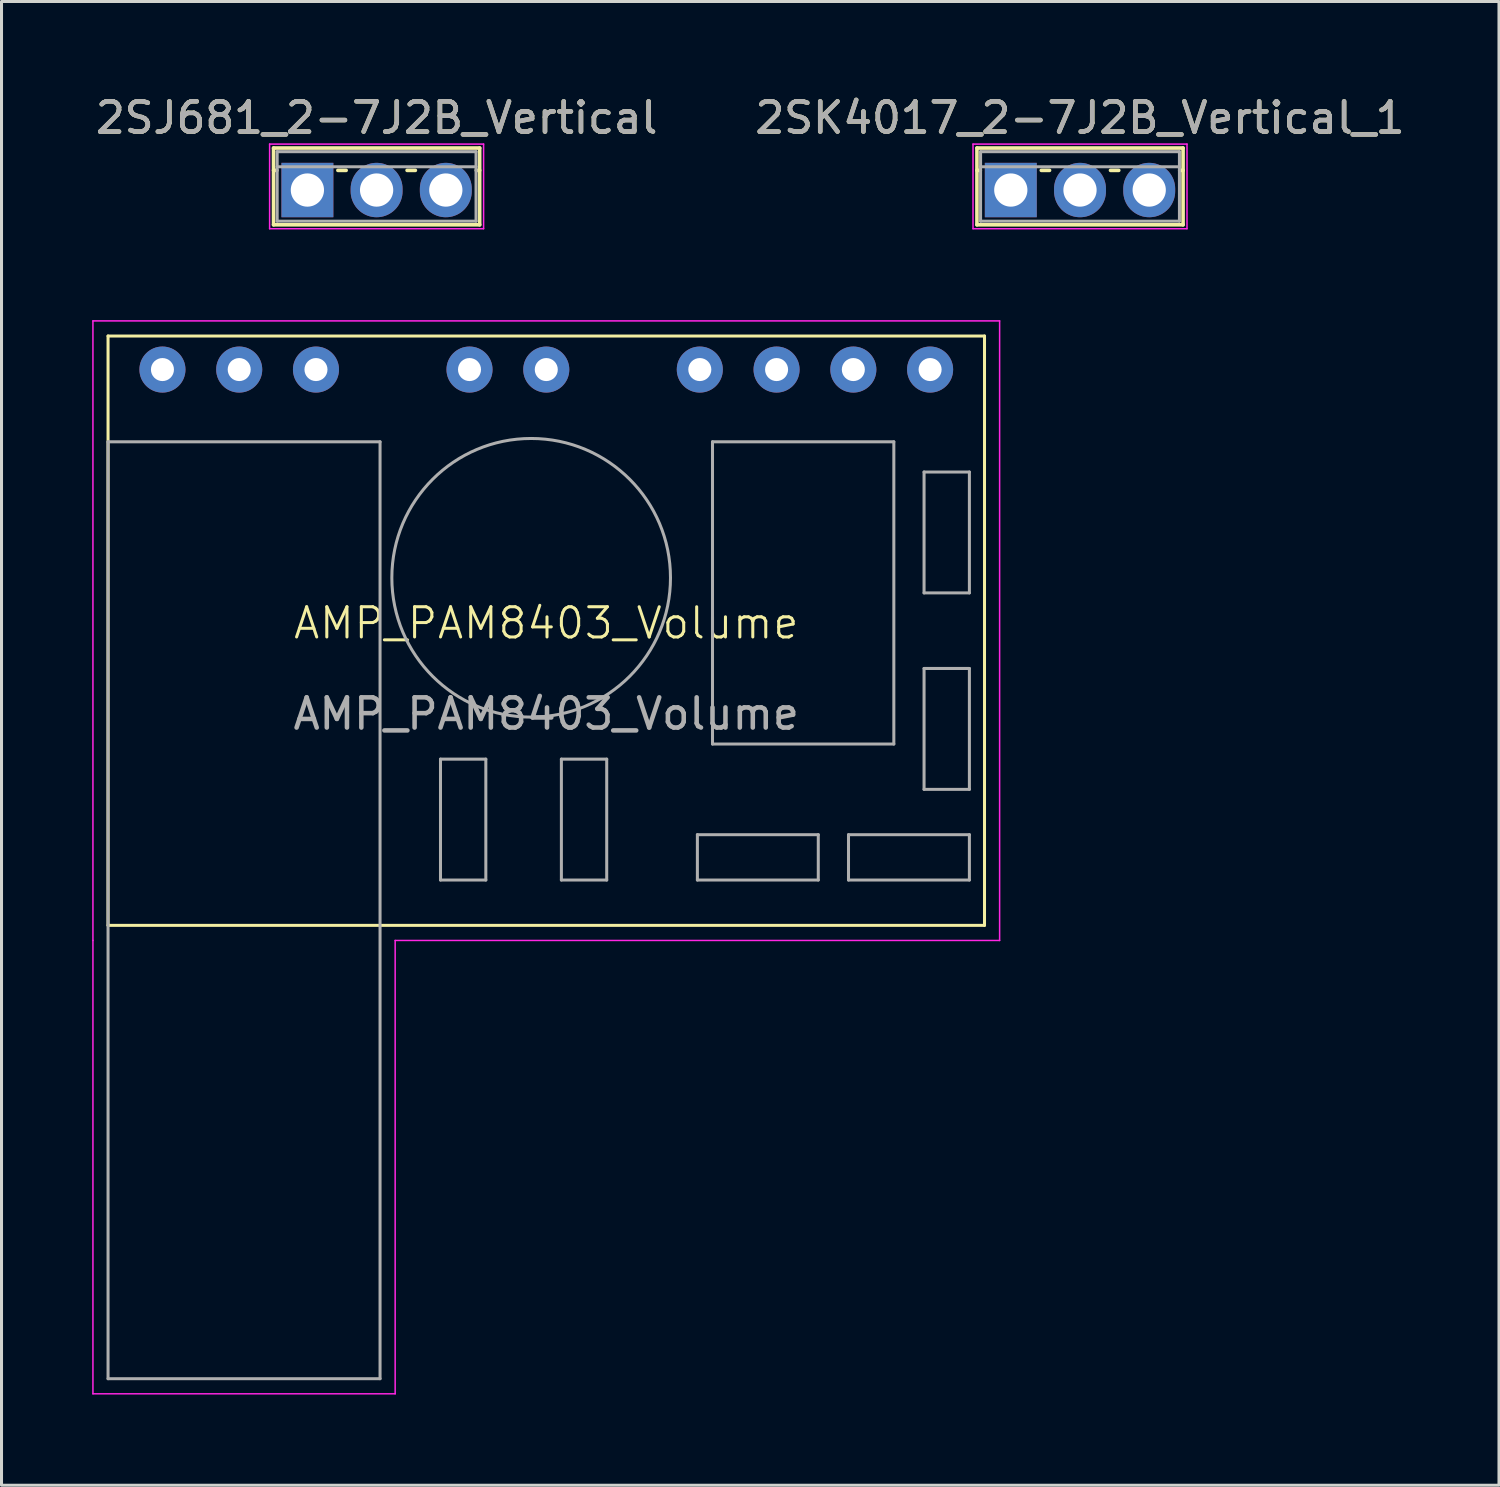
<source format=kicad_pcb>
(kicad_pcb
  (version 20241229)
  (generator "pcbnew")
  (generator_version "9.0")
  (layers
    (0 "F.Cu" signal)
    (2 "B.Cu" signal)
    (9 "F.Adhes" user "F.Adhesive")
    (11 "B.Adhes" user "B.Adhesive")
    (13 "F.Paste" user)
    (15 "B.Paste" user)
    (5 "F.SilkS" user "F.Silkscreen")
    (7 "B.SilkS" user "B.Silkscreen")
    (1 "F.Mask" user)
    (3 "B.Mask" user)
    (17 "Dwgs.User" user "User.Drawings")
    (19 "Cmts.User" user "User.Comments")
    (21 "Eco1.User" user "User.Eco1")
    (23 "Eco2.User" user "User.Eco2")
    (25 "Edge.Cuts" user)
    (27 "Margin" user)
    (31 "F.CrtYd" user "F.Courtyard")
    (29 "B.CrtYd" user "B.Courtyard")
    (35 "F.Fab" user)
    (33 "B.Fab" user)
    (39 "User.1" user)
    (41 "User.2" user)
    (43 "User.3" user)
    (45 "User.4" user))
  (footprint "2SJ681_2-7J2B_Vertical"
    (layer "F.Cu")
    (at 7.121 3.238)
    (property "Reference" "2SJ681_2-7J2B_Vertical" (at 2.29 -2.39 0) (layer "F.SilkS") (effects (font (size 1 1) (thickness 0.15))))
    (attr through_hole)
    (fp_line (start -1.12 -1.39) (end -1.12 1.15) (stroke (width 0.12) (type solid)) (layer "F.SilkS"))
    (fp_line (start -1.12 -1.39) (end 5.7 -1.39) (stroke (width 0.12) (type solid)) (layer "F.SilkS"))
    (fp_line (start -1.12 -0.651) (end -1.009 -0.651) (stroke (width 0.12) (type solid)) (layer "F.SilkS"))
    (fp_line (start -1.12 1.15) (end 5.7 1.15) (stroke (width 0.12) (type solid)) (layer "F.SilkS"))
    (fp_line (start 1.009 -0.651) (end 1.282 -0.651) (stroke (width 0.12) (type solid)) (layer "F.SilkS"))
    (fp_line (start 3.299 -0.651) (end 3.572 -0.651) (stroke (width 0.12) (type solid)) (layer "F.SilkS"))
    (fp_line (start 5.589 -0.651) (end 5.7 -0.651) (stroke (width 0.12) (type solid)) (layer "F.SilkS"))
    (fp_line (start 5.7 -1.39) (end 5.7 1.15) (stroke (width 0.12) (type solid)) (layer "F.SilkS"))
    (fp_line (start -1.25 -1.52) (end -1.25 1.28) (stroke (width 0.05) (type solid)) (layer "F.CrtYd"))
    (fp_line (start -1.25 1.28) (end 5.83 1.28) (stroke (width 0.05) (type solid)) (layer "F.CrtYd"))
    (fp_line (start 5.83 -1.52) (end -1.25 -1.52) (stroke (width 0.05) (type solid)) (layer "F.CrtYd"))
    (fp_line (start 5.83 1.28) (end 5.83 -1.52) (stroke (width 0.05) (type solid)) (layer "F.CrtYd"))
    (fp_line (start -1 -1.27) (end -1 1.03) (stroke (width 0.1) (type solid)) (layer "F.Fab"))
    (fp_line (start -1 -0.77) (end 5.58 -0.77) (stroke (width 0.1) (type solid)) (layer "F.Fab"))
    (fp_line (start -1 1.03) (end 5.58 1.03) (stroke (width 0.1) (type solid)) (layer "F.Fab"))
    (fp_line (start 5.58 -1.27) (end -1 -1.27) (stroke (width 0.1) (type solid)) (layer "F.Fab"))
    (fp_line (start 5.58 1.03) (end 5.58 -1.27) (stroke (width 0.1) (type solid)) (layer "F.Fab"))
    (fp_text user "${REFERENCE}" (at 2.29 -2.39 0) (layer "F.Fab") (effects (font (size 1 1) (thickness 0.15))))
    (pad "1" thru_hole rect (at 0 0) (size 1.718 1.8) (drill 1.1) (layers "*.Cu" "*.Mask"))
    (pad "2" thru_hole oval (at 2.29 0) (size 1.718 1.8) (drill 1.1) (layers "*.Cu" "*.Mask"))
    (pad "3" thru_hole oval (at 4.58 0) (size 1.718 1.8) (drill 1.1) (layers "*.Cu" "*.Mask")))
  (footprint "AMP_PAM8403_Volume"
    (layer "F.Cu")
    (at 15.025 18.068)
    (property "Reference" "AMP_PAM8403_Volume" (at 0 -0.5 0) (unlocked yes) (layer "F.SilkS") (effects (font (size 1 1) (thickness 0.1))))
    (attr through_hole)
    (fp_line (start -14.5 -10) (end 14.5 -10) (stroke (width 0.1) (type default)) (layer "F.SilkS"))
    (fp_line (start -14.5 9.5) (end -14.5 -10) (stroke (width 0.1) (type default)) (layer "F.SilkS"))
    (fp_line (start 14.5 -10) (end 14.5 9.5) (stroke (width 0.1) (type default)) (layer "F.SilkS"))
    (fp_line (start 14.5 9.5) (end -14.5 9.5) (stroke (width 0.1) (type default)) (layer "F.SilkS"))
    (fp_line (start -15 -10.5) (end 15 -10.5) (stroke (width 0.05) (type default)) (layer "F.CrtYd"))
    (fp_line (start -15 10) (end -15 -10.5) (stroke (width 0.05) (type default)) (layer "F.CrtYd"))
    (fp_line (start -15 25) (end -15 10) (stroke (width 0.05) (type default)) (layer "F.CrtYd"))
    (fp_line (start -5 10) (end -5 25) (stroke (width 0.05) (type default)) (layer "F.CrtYd"))
    (fp_line (start -5 25) (end -15 25) (stroke (width 0.05) (type default)) (layer "F.CrtYd"))
    (fp_line (start 15 -10.5) (end 15 10) (stroke (width 0.05) (type default)) (layer "F.CrtYd"))
    (fp_line (start 15 10) (end -5 10) (stroke (width 0.05) (type default)) (layer "F.CrtYd"))
    (fp_line (start -14.5 -6.5) (end -5.5 -6.5) (stroke (width 0.1) (type default)) (layer "F.Fab"))
    (fp_line (start -14.5 24.5) (end -14.5 -6.5) (stroke (width 0.1) (type default)) (layer "F.Fab"))
    (fp_line (start -5.5 -6.5) (end -5.5 24.5) (stroke (width 0.1) (type default)) (layer "F.Fab"))
    (fp_line (start -5.5 24.5) (end -14.5 24.5) (stroke (width 0.1) (type default)) (layer "F.Fab"))
    (fp_line (start -3.5 4) (end -2 4) (stroke (width 0.1) (type default)) (layer "F.Fab"))
    (fp_line (start -3.5 8) (end -3.5 4) (stroke (width 0.1) (type default)) (layer "F.Fab"))
    (fp_line (start -2 4) (end -2 8) (stroke (width 0.1) (type default)) (layer "F.Fab"))
    (fp_line (start -2 8) (end -3.5 8) (stroke (width 0.1) (type default)) (layer "F.Fab"))
    (fp_line (start 0.5 4) (end 2 4) (stroke (width 0.1) (type default)) (layer "F.Fab"))
    (fp_line (start 0.5 8) (end 0.5 4) (stroke (width 0.1) (type default)) (layer "F.Fab"))
    (fp_line (start 2 4) (end 2 8) (stroke (width 0.1) (type default)) (layer "F.Fab"))
    (fp_line (start 2 8) (end 0.5 8) (stroke (width 0.1) (type default)) (layer "F.Fab"))
    (fp_line (start 5 6.5) (end 9 6.5) (stroke (width 0.1) (type default)) (layer "F.Fab"))
    (fp_line (start 5 8) (end 5 6.5) (stroke (width 0.1) (type default)) (layer "F.Fab"))
    (fp_line (start 5.5 -6.5) (end 11.5 -6.5) (stroke (width 0.1) (type default)) (layer "F.Fab"))
    (fp_line (start 5.5 3.5) (end 5.5 -6.5) (stroke (width 0.1) (type default)) (layer "F.Fab"))
    (fp_line (start 9 6.5) (end 9 8) (stroke (width 0.1) (type default)) (layer "F.Fab"))
    (fp_line (start 9 8) (end 5 8) (stroke (width 0.1) (type default)) (layer "F.Fab"))
    (fp_line (start 10 6.5) (end 14 6.5) (stroke (width 0.1) (type default)) (layer "F.Fab"))
    (fp_line (start 10 8) (end 10 6.5) (stroke (width 0.1) (type default)) (layer "F.Fab"))
    (fp_line (start 11.5 -6.5) (end 11.5 3.5) (stroke (width 0.1) (type default)) (layer "F.Fab"))
    (fp_line (start 11.5 3.5) (end 5.5 3.5) (stroke (width 0.1) (type default)) (layer "F.Fab"))
    (fp_line (start 12.5 -5.5) (end 14 -5.5) (stroke (width 0.1) (type default)) (layer "F.Fab"))
    (fp_line (start 12.5 -1.5) (end 12.5 -5.5) (stroke (width 0.1) (type default)) (layer "F.Fab"))
    (fp_line (start 12.5 1) (end 14 1) (stroke (width 0.1) (type default)) (layer "F.Fab"))
    (fp_line (start 12.5 5) (end 12.5 1) (stroke (width 0.1) (type default)) (layer "F.Fab"))
    (fp_line (start 14 -5.5) (end 14 -1.5) (stroke (width 0.1) (type default)) (layer "F.Fab"))
    (fp_line (start 14 -1.5) (end 12.5 -1.5) (stroke (width 0.1) (type default)) (layer "F.Fab"))
    (fp_line (start 14 1) (end 14 5) (stroke (width 0.1) (type default)) (layer "F.Fab"))
    (fp_line (start 14 5) (end 12.5 5) (stroke (width 0.1) (type default)) (layer "F.Fab"))
    (fp_line (start 14 6.5) (end 14 8) (stroke (width 0.1) (type default)) (layer "F.Fab"))
    (fp_line (start 14 8) (end 10 8) (stroke (width 0.1) (type default)) (layer "F.Fab"))
    (fp_circle (center -0.5 -2) (end 3 -5) (stroke (width 0.1) (type default)) (fill no) (layer "F.Fab"))
    (fp_text user "${REFERENCE}" (at 0 2.5 0) (unlocked yes) (layer "F.Fab") (effects (font (size 1 1) (thickness 0.15))))
    (pad "1" thru_hole circle (at -12.7 -8.89) (size 1.524 1.524) (drill 0.762) (layers "*.Cu" "*.Mask"))
    (pad "2" thru_hole circle (at -10.16 -8.89) (size 1.524 1.524) (drill 0.762) (layers "*.Cu" "*.Mask"))
    (pad "3" thru_hole circle (at -7.62 -8.89) (size 1.524 1.524) (drill 0.762) (layers "*.Cu" "*.Mask"))
    (pad "4" thru_hole circle (at -2.54 -8.89) (size 1.524 1.524) (drill 0.762) (layers "*.Cu" "*.Mask"))
    (pad "5" thru_hole circle (at 0 -8.89) (size 1.524 1.524) (drill 0.762) (layers "*.Cu" "*.Mask"))
    (pad "6" thru_hole circle (at 5.08 -8.89) (size 1.524 1.524) (drill 0.762) (layers "*.Cu" "*.Mask"))
    (pad "7" thru_hole circle (at 7.62 -8.89) (size 1.524 1.524) (drill 0.762) (layers "*.Cu" "*.Mask"))
    (pad "8" thru_hole circle (at 10.16 -8.89) (size 1.524 1.524) (drill 0.762) (layers "*.Cu" "*.Mask"))
    (pad "9" thru_hole circle (at 12.7 -8.89) (size 1.524 1.524) (drill 0.762) (layers "*.Cu" "*.Mask")))
  (footprint "2SK4017_2-7J2B_Vertical_1"
    (layer "F.Cu")
    (at 30.395 3.238)
    (property "Reference" "2SK4017_2-7J2B_Vertical_1" (at 2.29 -2.39 0) (layer "F.SilkS") (effects (font (size 1 1) (thickness 0.15))))
    (attr through_hole)
    (fp_line (start -1.12 -1.39) (end -1.12 1.15) (stroke (width 0.12) (type solid)) (layer "F.SilkS"))
    (fp_line (start -1.12 -1.39) (end 5.7 -1.39) (stroke (width 0.12) (type solid)) (layer "F.SilkS"))
    (fp_line (start -1.12 -0.651) (end -1.009 -0.651) (stroke (width 0.12) (type solid)) (layer "F.SilkS"))
    (fp_line (start -1.12 1.15) (end 5.7 1.15) (stroke (width 0.12) (type solid)) (layer "F.SilkS"))
    (fp_line (start 1.009 -0.651) (end 1.282 -0.651) (stroke (width 0.12) (type solid)) (layer "F.SilkS"))
    (fp_line (start 3.299 -0.651) (end 3.572 -0.651) (stroke (width 0.12) (type solid)) (layer "F.SilkS"))
    (fp_line (start 5.589 -0.651) (end 5.7 -0.651) (stroke (width 0.12) (type solid)) (layer "F.SilkS"))
    (fp_line (start 5.7 -1.39) (end 5.7 1.15) (stroke (width 0.12) (type solid)) (layer "F.SilkS"))
    (fp_line (start -1.25 -1.52) (end -1.25 1.28) (stroke (width 0.05) (type solid)) (layer "F.CrtYd"))
    (fp_line (start -1.25 1.28) (end 5.83 1.28) (stroke (width 0.05) (type solid)) (layer "F.CrtYd"))
    (fp_line (start 5.83 -1.52) (end -1.25 -1.52) (stroke (width 0.05) (type solid)) (layer "F.CrtYd"))
    (fp_line (start 5.83 1.28) (end 5.83 -1.52) (stroke (width 0.05) (type solid)) (layer "F.CrtYd"))
    (fp_line (start -1 -1.27) (end -1 1.03) (stroke (width 0.1) (type solid)) (layer "F.Fab"))
    (fp_line (start -1 -0.77) (end 5.58 -0.77) (stroke (width 0.1) (type solid)) (layer "F.Fab"))
    (fp_line (start -1 1.03) (end 5.58 1.03) (stroke (width 0.1) (type solid)) (layer "F.Fab"))
    (fp_line (start 5.58 -1.27) (end -1 -1.27) (stroke (width 0.1) (type solid)) (layer "F.Fab"))
    (fp_line (start 5.58 1.03) (end 5.58 -1.27) (stroke (width 0.1) (type solid)) (layer "F.Fab"))
    (fp_text user "${REFERENCE}" (at 2.29 -2.39 0) (layer "F.Fab") (effects (font (size 1 1) (thickness 0.15))))
    (pad "1" thru_hole rect (at 0 0) (size 1.718 1.8) (drill 1.1) (layers "*.Cu" "*.Mask"))
    (pad "2" thru_hole oval (at 2.29 0) (size 1.718 1.8) (drill 1.1) (layers "*.Cu" "*.Mask"))
    (pad "3" thru_hole oval (at 4.58 0) (size 1.718 1.8) (drill 1.1) (layers "*.Cu" "*.Mask")))
  (gr_rect
    (start -3 -3)
    (end 46.548 46.093)
    (stroke (width 0.1) (type default))
    (fill no)
    (layer "Edge.Cuts")))
</source>
